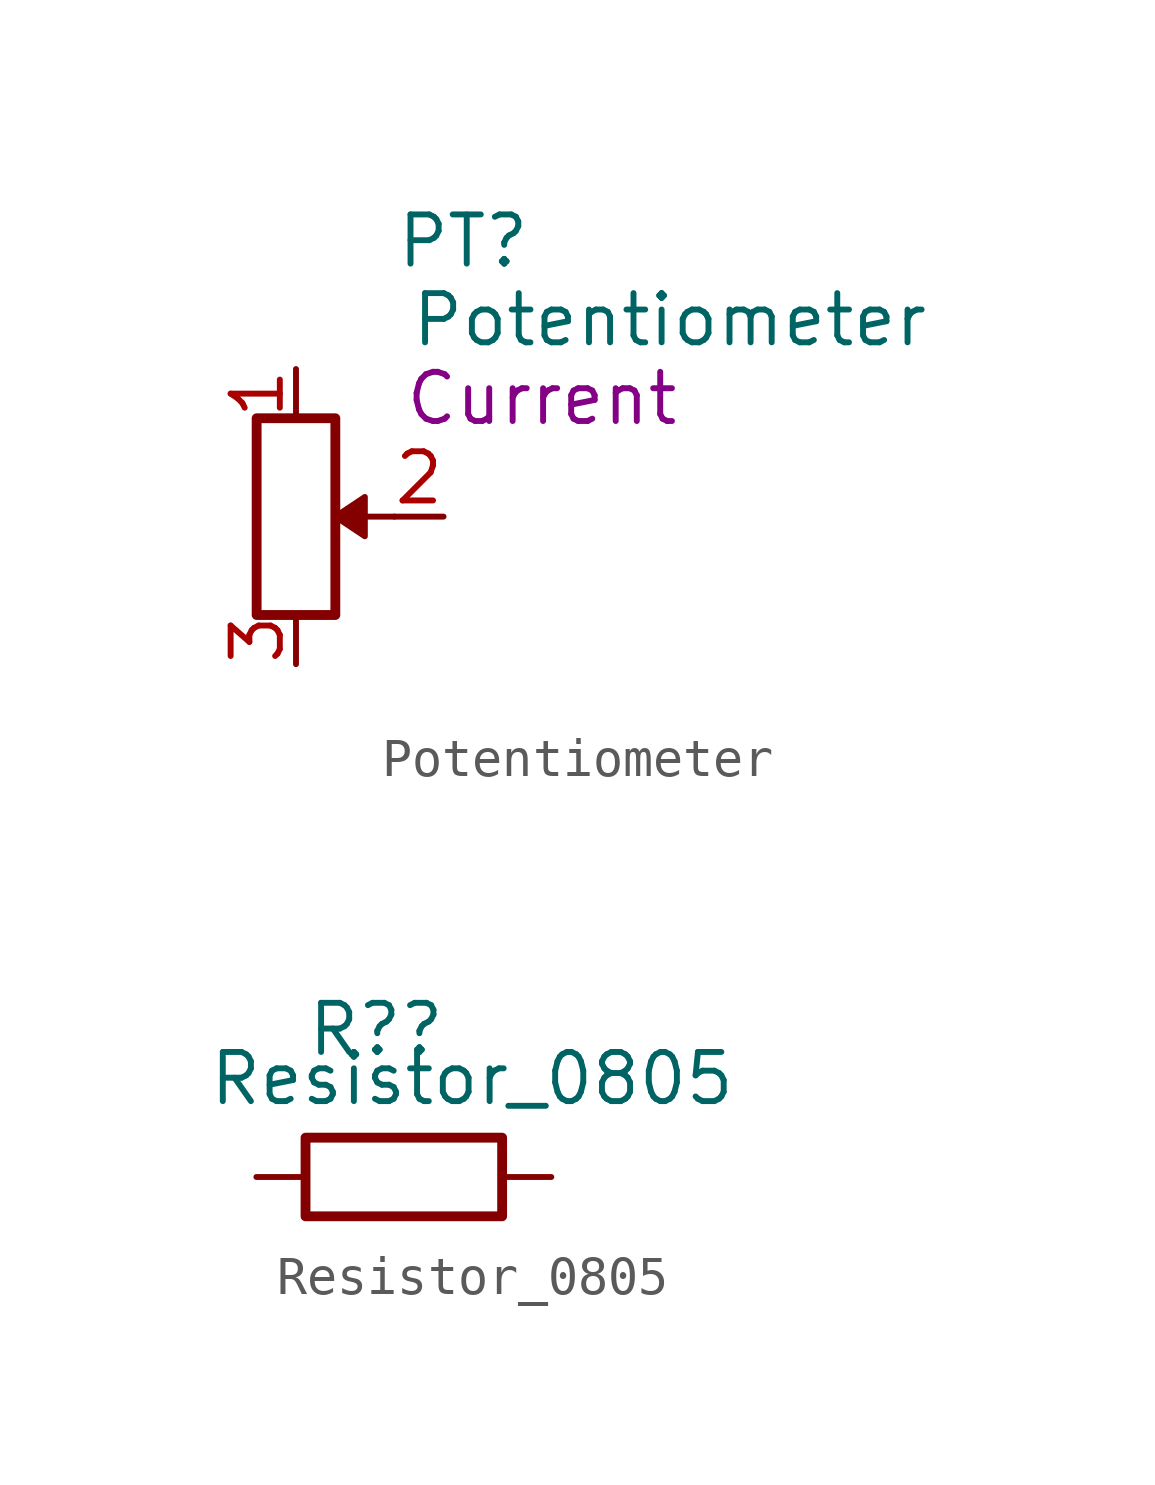
<source format=kicad_sym>
(kicad_symbol_lib
  (version 20211014)
  (generator kicad_symbol_editor)
  (symbol "Potentiometer"
    (pin_names
      (offset 1.016) hide)
    (property "Reference" "PT"
      (at 4.318 7.112 0)
      (effects (font (size 1.27 1.27))))
    (property "Value" "Potentiometer"
      (at 9.652 5.08 0)
      (effects (font (size 1.27 1.27))))
    (property "Control" "Current"
      (at 6.35 3.048 0)
      (effects (font (size 1.27 1.27))))
    (symbol "Potentiometer_0_1"
      (polyline (pts (xy 2.54 0) (xy 1.524 0)) (stroke (width 0) (type default) (color 0 0 0 0)) (fill (type none)))
      (polyline (pts (xy 1.016 0) (xy 1.778 0.508) (xy 1.778 -0.508) (xy 1.016 0)) (stroke (width 0) (type default) (color 0 0 0 0)) (fill (type outline)))
      (rectangle (start 1.016 2.54) (end -1.016 -2.54) (stroke (width 0.254) (type default) (color 0 0 0 0)) (fill (type none))))
    (symbol "Potentiometer_1_1"
      (pin passive line (at 0 3.81 270) (length 1.27) (name "1" (effects (font (size 1.27 1.27)))) (number "1" (effects (font (size 1.27 1.27)))))
      (pin passive line (at 3.81 0 180) (length 1.27) (name "2" (effects (font (size 1.27 1.27)))) (number "2" (effects (font (size 1.27 1.27)))))
      (pin passive line (at 0 -3.81 90) (length 1.27) (name "3" (effects (font (size 1.27 1.27)))) (number "3" (effects (font (size 1.27 1.27)))))))
  (symbol "Resistor_0805"
    (pin_numbers hide)
    (pin_names
      (offset 0))
    (property "Reference" "R?"
      (at -2.54 3.81 0)
      (effects (font (size 1.27 1.27)) (justify left)))
    (property "Value" "Resistor_0805"
      (at -5.08 2.54 0)
      (effects (font (size 1.27 1.27)) (justify left)))
    (symbol "Resistor_0805_0_1"
      (rectangle (start 2.54 -1.016) (end -2.54 1.016) (stroke (width 0.254) (type default) (color 0 0 0 0)) (fill (type none))))
    (symbol "Resistor_0805_1_1"
      (pin passive line (at -3.81 0 0) (length 1.27) (name "~" (effects (font (size 1.27 1.27)))) (number "1" (effects (font (size 1.27 1.27)))))
      (pin passive line (at 3.81 0 180) (length 1.27) (name "~" (effects (font (size 1.27 1.27)))) (number "2" (effects (font (size 1.27 1.27))))))))
</source>
